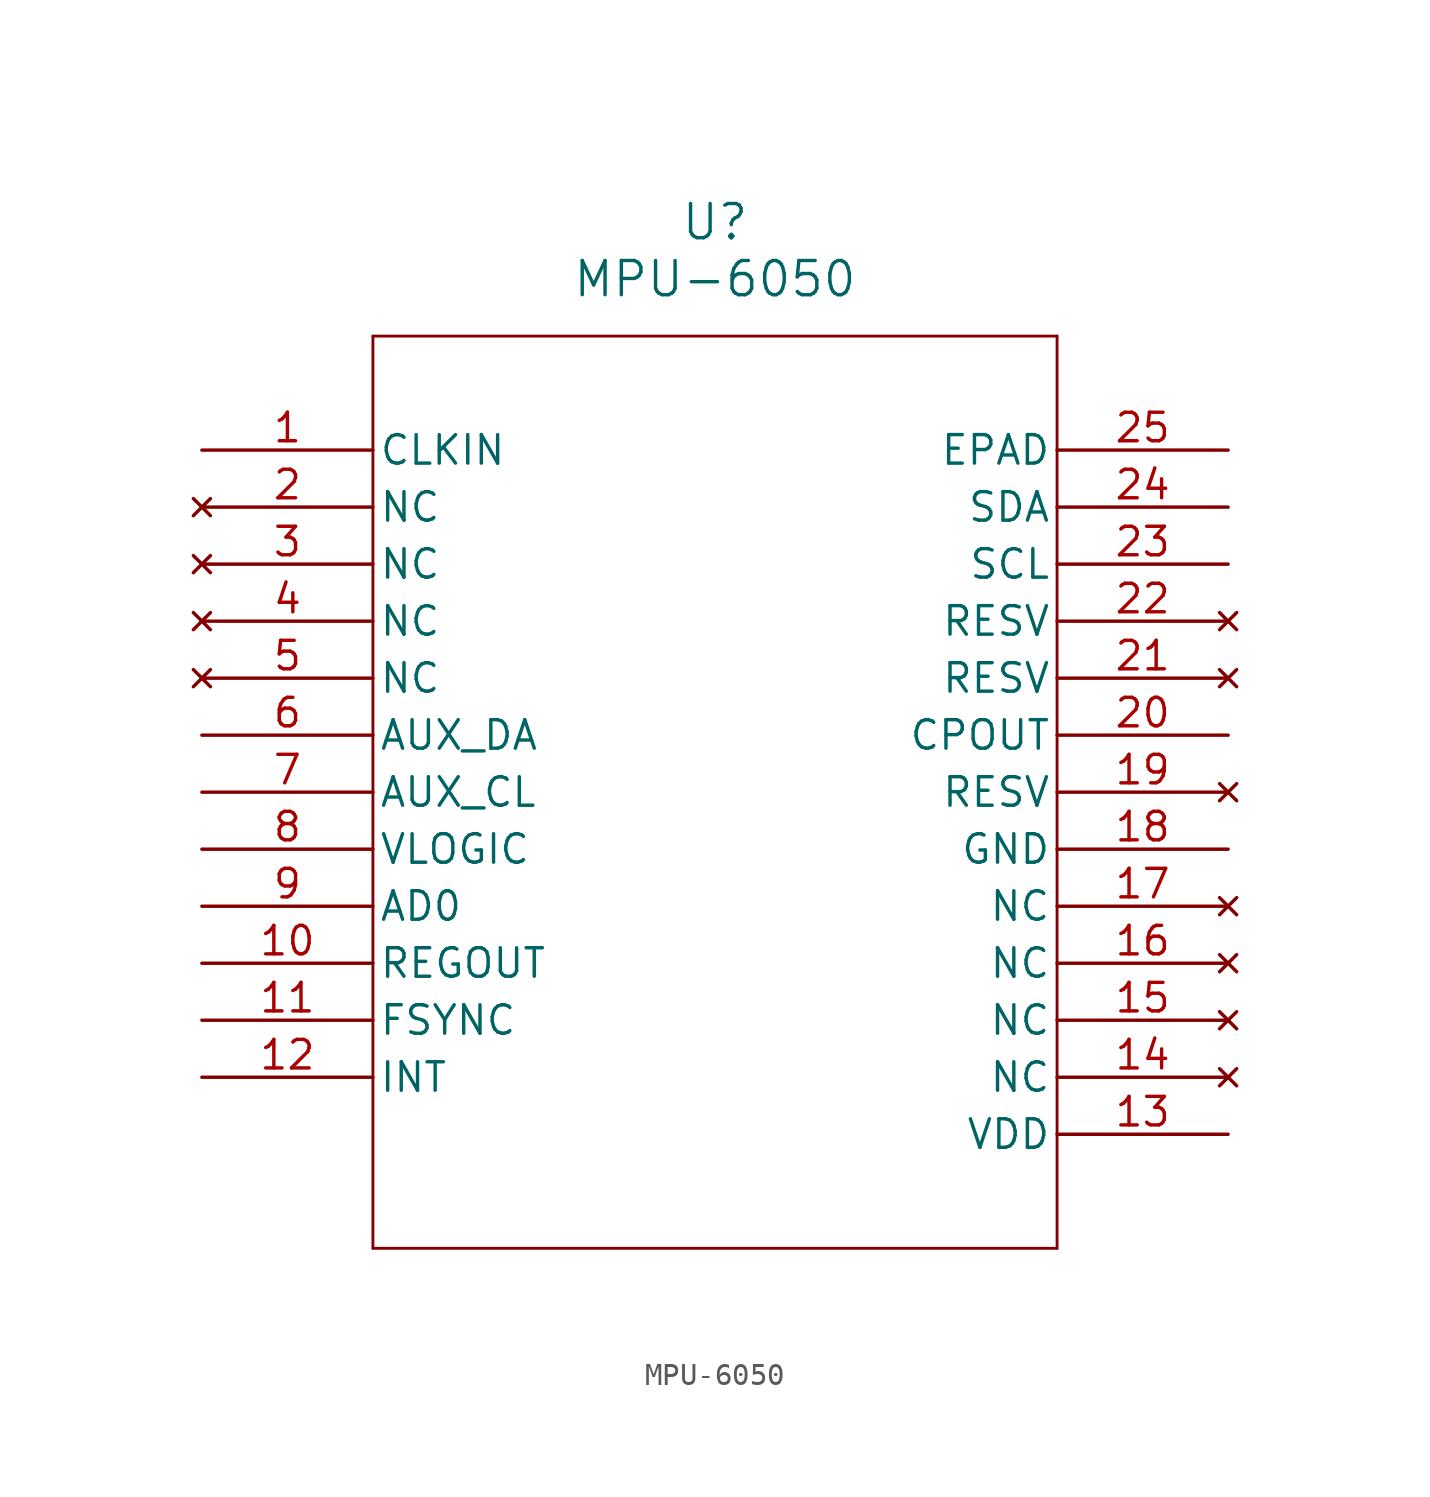
<source format=kicad_sym>
(kicad_symbol_lib
  (version 20231120)
  (generator "kicad_symbol_editor")
  (generator_version "8.0")
  (symbol "MPU-6050"
    (pin_names
      (offset 0.254))
    (property "Reference" "U"
      (at 22.86 10.16 0)
      (effects (font (size 1.524 1.524))))
    (property "Value" "MPU-6050"
      (at 22.86 7.62 0)
      (effects (font (size 1.524 1.524))))
    (symbol "MPU-6050_0_1"
      (polyline (pts (xy 7.62 -35.56) (xy 38.1 -35.56)) (stroke (width 0.127) (type default)) (fill (type none)))
      (polyline (pts (xy 7.62 5.08) (xy 7.62 -35.56)) (stroke (width 0.127) (type default)) (fill (type none)))
      (polyline (pts (xy 38.1 -35.56) (xy 38.1 5.08)) (stroke (width 0.127) (type default)) (fill (type none)))
      (polyline (pts (xy 38.1 5.08) (xy 7.62 5.08)) (stroke (width 0.127) (type default)) (fill (type none)))
      (pin input line (at 0 0 0) (length 7.62) (name "CLKIN" (effects (font (size 1.27 1.27)))) (number "1" (effects (font (size 1.27 1.27)))))
      (pin output line (at 0 -22.86 0) (length 7.62) (name "REGOUT" (effects (font (size 1.27 1.27)))) (number "10" (effects (font (size 1.27 1.27)))))
      (pin unspecified line (at 0 -25.4 0) (length 7.62) (name "FSYNC" (effects (font (size 1.27 1.27)))) (number "11" (effects (font (size 1.27 1.27)))))
      (pin output line (at 0 -27.94 0) (length 7.62) (name "INT" (effects (font (size 1.27 1.27)))) (number "12" (effects (font (size 1.27 1.27)))))
      (pin power_in line (at 45.72 -30.48 180) (length 7.62) (name "VDD" (effects (font (size 1.27 1.27)))) (number "13" (effects (font (size 1.27 1.27)))))
      (pin no_connect line (at 45.72 -27.94 180) (length 7.62) (name "NC" (effects (font (size 1.27 1.27)))) (number "14" (effects (font (size 1.27 1.27)))))
      (pin no_connect line (at 45.72 -25.4 180) (length 7.62) (name "NC" (effects (font (size 1.27 1.27)))) (number "15" (effects (font (size 1.27 1.27)))))
      (pin no_connect line (at 45.72 -22.86 180) (length 7.62) (name "NC" (effects (font (size 1.27 1.27)))) (number "16" (effects (font (size 1.27 1.27)))))
      (pin no_connect line (at 45.72 -20.32 180) (length 7.62) (name "NC" (effects (font (size 1.27 1.27)))) (number "17" (effects (font (size 1.27 1.27)))))
      (pin power_out line (at 45.72 -17.78 180) (length 7.62) (name "GND" (effects (font (size 1.27 1.27)))) (number "18" (effects (font (size 1.27 1.27)))))
      (pin no_connect line (at 45.72 -15.24 180) (length 7.62) (name "RESV" (effects (font (size 1.27 1.27)))) (number "19" (effects (font (size 1.27 1.27)))))
      (pin no_connect line (at 0 -2.54 0) (length 7.62) (name "NC" (effects (font (size 1.27 1.27)))) (number "2" (effects (font (size 1.27 1.27)))))
      (pin output line (at 45.72 -12.7 180) (length 7.62) (name "CPOUT" (effects (font (size 1.27 1.27)))) (number "20" (effects (font (size 1.27 1.27)))))
      (pin no_connect line (at 45.72 -10.16 180) (length 7.62) (name "RESV" (effects (font (size 1.27 1.27)))) (number "21" (effects (font (size 1.27 1.27)))))
      (pin no_connect line (at 45.72 -7.62 180) (length 7.62) (name "RESV" (effects (font (size 1.27 1.27)))) (number "22" (effects (font (size 1.27 1.27)))))
      (pin unspecified line (at 45.72 -5.08 180) (length 7.62) (name "SCL" (effects (font (size 1.27 1.27)))) (number "23" (effects (font (size 1.27 1.27)))))
      (pin unspecified line (at 45.72 -2.54 180) (length 7.62) (name "SDA" (effects (font (size 1.27 1.27)))) (number "24" (effects (font (size 1.27 1.27)))))
      (pin unspecified line (at 45.72 0 180) (length 7.62) (name "EPAD" (effects (font (size 1.27 1.27)))) (number "25" (effects (font (size 1.27 1.27)))))
      (pin no_connect line (at 0 -5.08 0) (length 7.62) (name "NC" (effects (font (size 1.27 1.27)))) (number "3" (effects (font (size 1.27 1.27)))))
      (pin no_connect line (at 0 -7.62 0) (length 7.62) (name "NC" (effects (font (size 1.27 1.27)))) (number "4" (effects (font (size 1.27 1.27)))))
      (pin no_connect line (at 0 -10.16 0) (length 7.62) (name "NC" (effects (font (size 1.27 1.27)))) (number "5" (effects (font (size 1.27 1.27)))))
      (pin unspecified line (at 0 -12.7 0) (length 7.62) (name "AUX_DA" (effects (font (size 1.27 1.27)))) (number "6" (effects (font (size 1.27 1.27)))))
      (pin unspecified line (at 0 -15.24 0) (length 7.62) (name "AUX_CL" (effects (font (size 1.27 1.27)))) (number "7" (effects (font (size 1.27 1.27)))))
      (pin power_in line (at 0 -17.78 0) (length 7.62) (name "VLOGIC" (effects (font (size 1.27 1.27)))) (number "8" (effects (font (size 1.27 1.27)))))
      (pin bidirectional line (at 0 -20.32 0) (length 7.62) (name "AD0" (effects (font (size 1.27 1.27)))) (number "9" (effects (font (size 1.27 1.27))))))))
</source>
